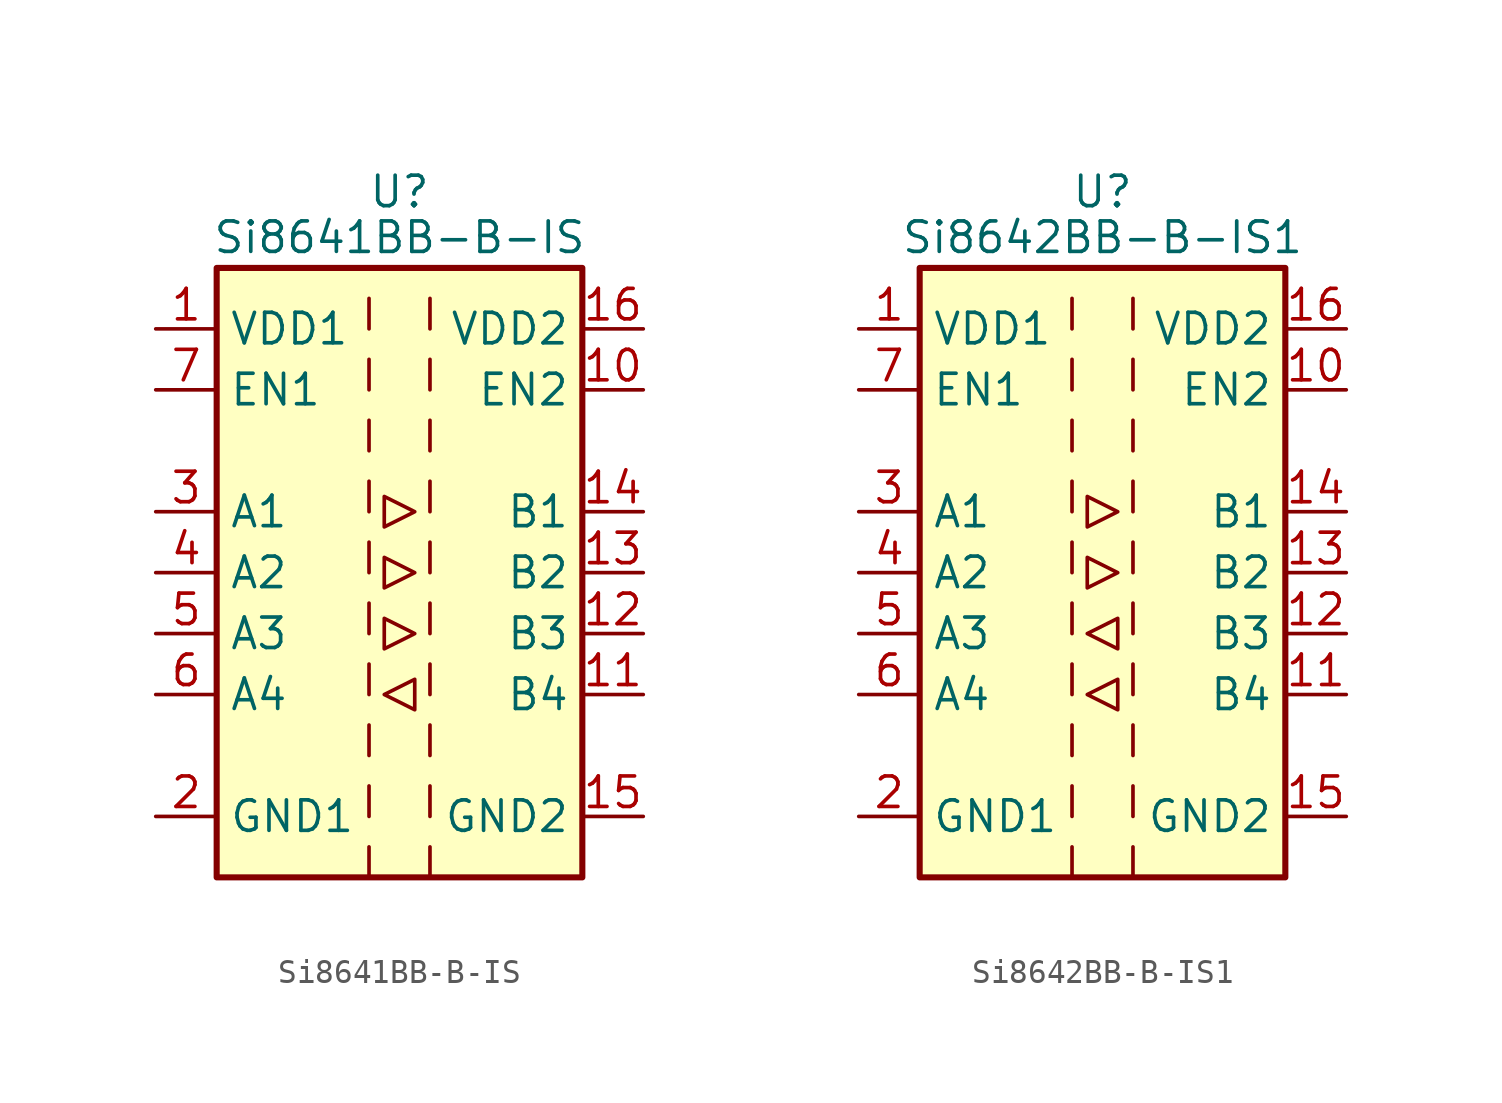
<source format=kicad_sym>
(kicad_symbol_lib
  (version 20201005)
  (generator kicad_symbol_editor)
  (symbol "Si8641BB-B-IS"
    (property "Reference" "U"
      (at 0 15.875 0)
      (effects (font (size 1.27 1.27))))
    (property "Value" "Si8641BB-B-IS"
      (at 0 13.97 0)
      (effects (font (size 1.27 1.27))))
    (symbol "Si8641BB-B-IS_0_1"
      (rectangle (start -7.62 12.7) (end 7.62 -12.7) (stroke (width 0.254)) (fill (type background)))
      (polyline (pts (xy -1.27 -11.43) (xy -1.27 -12.7)) (stroke (width 0)) (fill (type none)))
      (polyline (pts (xy -1.27 -8.89) (xy -1.27 -10.16)) (stroke (width 0)) (fill (type none)))
      (polyline (pts (xy -1.27 -6.35) (xy -1.27 -7.62)) (stroke (width 0)) (fill (type none)))
      (polyline (pts (xy -1.27 -3.81) (xy -1.27 -5.08)) (stroke (width 0)) (fill (type none)))
      (polyline (pts (xy -1.27 -1.27) (xy -1.27 -2.54)) (stroke (width 0)) (fill (type none)))
      (polyline (pts (xy -1.27 1.27) (xy -1.27 0)) (stroke (width 0)) (fill (type none)))
      (polyline (pts (xy -1.27 3.81) (xy -1.27 2.54)) (stroke (width 0)) (fill (type none)))
      (polyline (pts (xy -1.27 6.35) (xy -1.27 5.08)) (stroke (width 0)) (fill (type none)))
      (polyline (pts (xy -1.27 8.89) (xy -1.27 7.62)) (stroke (width 0)) (fill (type none)))
      (polyline (pts (xy -1.27 11.43) (xy -1.27 10.16)) (stroke (width 0)) (fill (type none)))
      (polyline (pts (xy 1.27 -11.43) (xy 1.27 -12.7)) (stroke (width 0)) (fill (type none)))
      (polyline (pts (xy 1.27 -8.89) (xy 1.27 -10.16)) (stroke (width 0)) (fill (type none)))
      (polyline (pts (xy 1.27 -6.35) (xy 1.27 -7.62)) (stroke (width 0)) (fill (type none)))
      (polyline (pts (xy 1.27 -3.81) (xy 1.27 -5.08)) (stroke (width 0)) (fill (type none)))
      (polyline (pts (xy 1.27 -1.27) (xy 1.27 -2.54)) (stroke (width 0)) (fill (type none)))
      (polyline (pts (xy 1.27 1.27) (xy 1.27 0)) (stroke (width 0)) (fill (type none)))
      (polyline (pts (xy 1.27 3.81) (xy 1.27 2.54)) (stroke (width 0)) (fill (type none)))
      (polyline (pts (xy 1.27 6.35) (xy 1.27 5.08)) (stroke (width 0)) (fill (type none)))
      (polyline (pts (xy 1.27 8.89) (xy 1.27 7.62)) (stroke (width 0)) (fill (type none)))
      (polyline (pts (xy 1.27 11.43) (xy 1.27 10.16)) (stroke (width 0)) (fill (type none)))
      (polyline (pts (xy -0.635 -5.08) (xy 0.635 -4.445) (xy 0.635 -5.715) (xy -0.635 -5.08)) (stroke (width 0)) (fill (type none)))
      (polyline (pts (xy -0.635 0.635) (xy -0.635 -0.635) (xy 0.635 0) (xy -0.635 0.635)) (stroke (width 0)) (fill (type none)))
      (polyline (pts (xy -0.635 3.175) (xy -0.635 1.905) (xy 0.635 2.54) (xy -0.635 3.175)) (stroke (width 0)) (fill (type none)))
      (polyline (pts (xy 0.635 -2.54) (xy -0.635 -1.905) (xy -0.635 -3.175) (xy 0.635 -2.54)) (stroke (width 0)) (fill (type none))))
    (symbol "Si8641BB-B-IS_1_1"
      (pin power_in line (at -10.16 10.16 0) (length 2.54) (name "VDD1" (effects (font (size 1.27 1.27)))) (number "1" (effects (font (size 1.27 1.27)))))
      (pin input line (at 10.16 7.62 180) (length 2.54) (name "EN2" (effects (font (size 1.27 1.27)))) (number "10" (effects (font (size 1.27 1.27)))))
      (pin input line (at 10.16 -5.08 180) (length 2.54) (name "B4" (effects (font (size 1.27 1.27)))) (number "11" (effects (font (size 1.27 1.27)))))
      (pin output line (at 10.16 -2.54 180) (length 2.54) (name "B3" (effects (font (size 1.27 1.27)))) (number "12" (effects (font (size 1.27 1.27)))))
      (pin output line (at 10.16 0 180) (length 2.54) (name "B2" (effects (font (size 1.27 1.27)))) (number "13" (effects (font (size 1.27 1.27)))))
      (pin output line (at 10.16 2.54 180) (length 2.54) (name "B1" (effects (font (size 1.27 1.27)))) (number "14" (effects (font (size 1.27 1.27)))))
      (pin power_in line (at 10.16 -10.16 180) (length 2.54) (name "GND2" (effects (font (size 1.27 1.27)))) (number "15" (effects (font (size 1.27 1.27)))))
      (pin power_in line (at 10.16 10.16 180) (length 2.54) (name "VDD2" (effects (font (size 1.27 1.27)))) (number "16" (effects (font (size 1.27 1.27)))))
      (pin power_in line (at -10.16 -10.16 0) (length 2.54) (name "GND1" (effects (font (size 1.27 1.27)))) (number "2" (effects (font (size 1.27 1.27)))))
      (pin input line (at -10.16 2.54 0) (length 2.54) (name "A1" (effects (font (size 1.27 1.27)))) (number "3" (effects (font (size 1.27 1.27)))))
      (pin input line (at -10.16 0 0) (length 2.54) (name "A2" (effects (font (size 1.27 1.27)))) (number "4" (effects (font (size 1.27 1.27)))))
      (pin input line (at -10.16 -2.54 0) (length 2.54) (name "A3" (effects (font (size 1.27 1.27)))) (number "5" (effects (font (size 1.27 1.27)))))
      (pin output line (at -10.16 -5.08 0) (length 2.54) (name "A4" (effects (font (size 1.27 1.27)))) (number "6" (effects (font (size 1.27 1.27)))))
      (pin input line (at -10.16 7.62 0) (length 2.54) (name "EN1" (effects (font (size 1.27 1.27)))) (number "7" (effects (font (size 1.27 1.27)))))
      (pin passive line (at -10.16 -10.16 0) (length 2.54) hide (name "GND1" (effects (font (size 1.27 1.27)))) (number "8" (effects (font (size 1.27 1.27)))))
      (pin passive line (at 10.16 -10.16 180) (length 2.54) hide (name "GND2" (effects (font (size 1.27 1.27)))) (number "9" (effects (font (size 1.27 1.27)))))))
  (symbol "Si8642BB-B-IS1"
    (property "Reference" "U"
      (at 0 15.875 0)
      (effects (font (size 1.27 1.27))))
    (property "Value" "Si8642BB-B-IS1"
      (at 0 13.97 0)
      (effects (font (size 1.27 1.27))))
    (symbol "Si8642BB-B-IS1_0_1"
      (rectangle (start -7.62 12.7) (end 7.62 -12.7) (stroke (width 0.254)) (fill (type background)))
      (polyline (pts (xy -1.27 -11.43) (xy -1.27 -12.7)) (stroke (width 0)) (fill (type none)))
      (polyline (pts (xy -1.27 -8.89) (xy -1.27 -10.16)) (stroke (width 0)) (fill (type none)))
      (polyline (pts (xy -1.27 -6.35) (xy -1.27 -7.62)) (stroke (width 0)) (fill (type none)))
      (polyline (pts (xy -1.27 -3.81) (xy -1.27 -5.08)) (stroke (width 0)) (fill (type none)))
      (polyline (pts (xy -1.27 -1.27) (xy -1.27 -2.54)) (stroke (width 0)) (fill (type none)))
      (polyline (pts (xy -1.27 1.27) (xy -1.27 0)) (stroke (width 0)) (fill (type none)))
      (polyline (pts (xy -1.27 3.81) (xy -1.27 2.54)) (stroke (width 0)) (fill (type none)))
      (polyline (pts (xy -1.27 6.35) (xy -1.27 5.08)) (stroke (width 0)) (fill (type none)))
      (polyline (pts (xy -1.27 8.89) (xy -1.27 7.62)) (stroke (width 0)) (fill (type none)))
      (polyline (pts (xy -1.27 11.43) (xy -1.27 10.16)) (stroke (width 0)) (fill (type none)))
      (polyline (pts (xy 1.27 -11.43) (xy 1.27 -12.7)) (stroke (width 0)) (fill (type none)))
      (polyline (pts (xy 1.27 -8.89) (xy 1.27 -10.16)) (stroke (width 0)) (fill (type none)))
      (polyline (pts (xy 1.27 -6.35) (xy 1.27 -7.62)) (stroke (width 0)) (fill (type none)))
      (polyline (pts (xy 1.27 -3.81) (xy 1.27 -5.08)) (stroke (width 0)) (fill (type none)))
      (polyline (pts (xy 1.27 -1.27) (xy 1.27 -2.54)) (stroke (width 0)) (fill (type none)))
      (polyline (pts (xy 1.27 1.27) (xy 1.27 0)) (stroke (width 0)) (fill (type none)))
      (polyline (pts (xy 1.27 3.81) (xy 1.27 2.54)) (stroke (width 0)) (fill (type none)))
      (polyline (pts (xy 1.27 6.35) (xy 1.27 5.08)) (stroke (width 0)) (fill (type none)))
      (polyline (pts (xy 1.27 8.89) (xy 1.27 7.62)) (stroke (width 0)) (fill (type none)))
      (polyline (pts (xy 1.27 11.43) (xy 1.27 10.16)) (stroke (width 0)) (fill (type none)))
      (polyline (pts (xy -0.635 -5.08) (xy 0.635 -4.445) (xy 0.635 -5.715) (xy -0.635 -5.08)) (stroke (width 0)) (fill (type none)))
      (polyline (pts (xy -0.635 -2.54) (xy 0.635 -1.905) (xy 0.635 -3.175) (xy -0.635 -2.54)) (stroke (width 0)) (fill (type none)))
      (polyline (pts (xy -0.635 0.635) (xy -0.635 -0.635) (xy 0.635 0) (xy -0.635 0.635)) (stroke (width 0)) (fill (type none)))
      (polyline (pts (xy -0.635 3.175) (xy -0.635 1.905) (xy 0.635 2.54) (xy -0.635 3.175)) (stroke (width 0)) (fill (type none))))
    (symbol "Si8642BB-B-IS1_1_1"
      (pin power_in line (at -10.16 10.16 0) (length 2.54) (name "VDD1" (effects (font (size 1.27 1.27)))) (number "1" (effects (font (size 1.27 1.27)))))
      (pin input line (at 10.16 7.62 180) (length 2.54) (name "EN2" (effects (font (size 1.27 1.27)))) (number "10" (effects (font (size 1.27 1.27)))))
      (pin input line (at 10.16 -5.08 180) (length 2.54) (name "B4" (effects (font (size 1.27 1.27)))) (number "11" (effects (font (size 1.27 1.27)))))
      (pin input line (at 10.16 -2.54 180) (length 2.54) (name "B3" (effects (font (size 1.27 1.27)))) (number "12" (effects (font (size 1.27 1.27)))))
      (pin output line (at 10.16 0 180) (length 2.54) (name "B2" (effects (font (size 1.27 1.27)))) (number "13" (effects (font (size 1.27 1.27)))))
      (pin output line (at 10.16 2.54 180) (length 2.54) (name "B1" (effects (font (size 1.27 1.27)))) (number "14" (effects (font (size 1.27 1.27)))))
      (pin power_in line (at 10.16 -10.16 180) (length 2.54) (name "GND2" (effects (font (size 1.27 1.27)))) (number "15" (effects (font (size 1.27 1.27)))))
      (pin power_in line (at 10.16 10.16 180) (length 2.54) (name "VDD2" (effects (font (size 1.27 1.27)))) (number "16" (effects (font (size 1.27 1.27)))))
      (pin power_in line (at -10.16 -10.16 0) (length 2.54) (name "GND1" (effects (font (size 1.27 1.27)))) (number "2" (effects (font (size 1.27 1.27)))))
      (pin input line (at -10.16 2.54 0) (length 2.54) (name "A1" (effects (font (size 1.27 1.27)))) (number "3" (effects (font (size 1.27 1.27)))))
      (pin input line (at -10.16 0 0) (length 2.54) (name "A2" (effects (font (size 1.27 1.27)))) (number "4" (effects (font (size 1.27 1.27)))))
      (pin output line (at -10.16 -2.54 0) (length 2.54) (name "A3" (effects (font (size 1.27 1.27)))) (number "5" (effects (font (size 1.27 1.27)))))
      (pin output line (at -10.16 -5.08 0) (length 2.54) (name "A4" (effects (font (size 1.27 1.27)))) (number "6" (effects (font (size 1.27 1.27)))))
      (pin input line (at -10.16 7.62 0) (length 2.54) (name "EN1" (effects (font (size 1.27 1.27)))) (number "7" (effects (font (size 1.27 1.27)))))
      (pin passive line (at -10.16 -10.16 0) (length 2.54) hide (name "GND1" (effects (font (size 1.27 1.27)))) (number "8" (effects (font (size 1.27 1.27)))))
      (pin passive line (at 10.16 -10.16 180) (length 2.54) hide (name "GND2" (effects (font (size 1.27 1.27)))) (number "9" (effects (font (size 1.27 1.27))))))))
</source>
